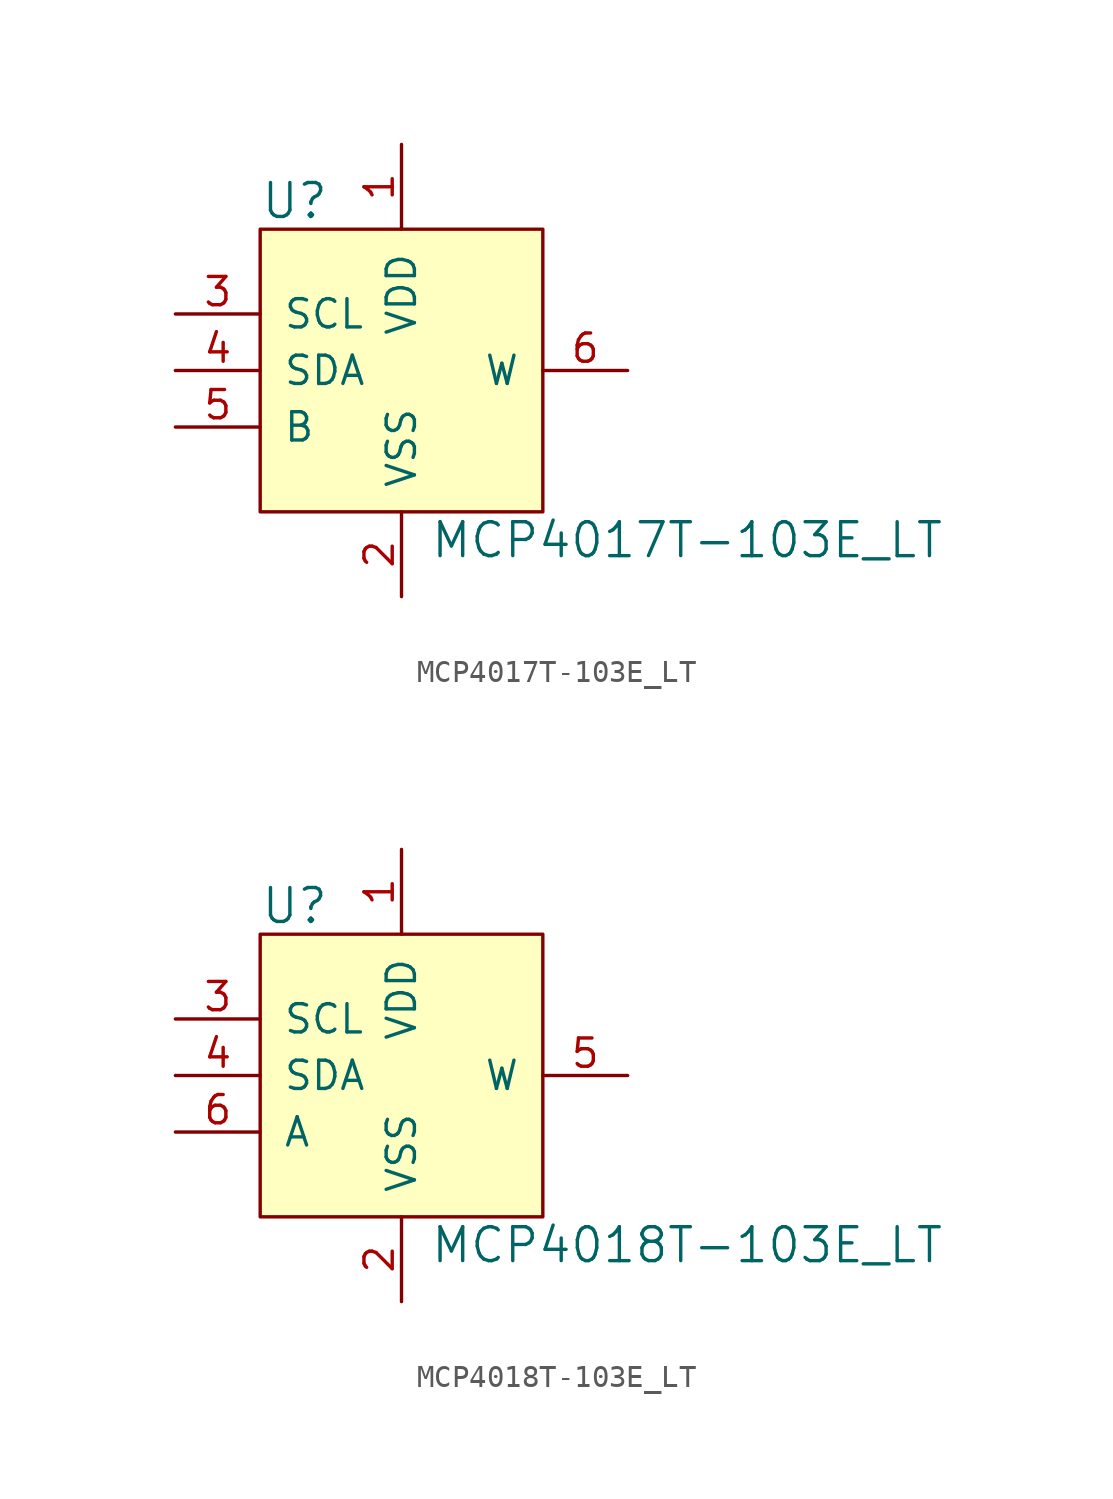
<source format=kicad_sym>
(kicad_symbol_lib
  (version 20211014)
  (generator kicad_symbol_editor)
  (symbol "MCP4017T-103E_LT"
    (pin_names
      (offset 1.016))
    (property "Reference" "U"
      (at -6.35 7.62 0)
      (effects (font (size 1.524 1.524)) (justify left)))
    (property "Value" "MCP4017T-103E_LT"
      (at 1.27 -7.62 0)
      (effects (font (size 1.524 1.524)) (justify left)))
    (symbol "MCP4017T-103E_LT_0_1"
      (rectangle (start -6.35 6.35) (end 6.35 -6.35) (stroke (width 0) (type default) (color 0 0 0 0)) (fill (type background))))
    (symbol "MCP4017T-103E_LT_1_1"
      (pin power_in line (at 0 10.16 270) (length 3.81) (name "VDD" (effects (font (size 1.27 1.27)))) (number "1" (effects (font (size 1.27 1.27)))))
      (pin power_in line (at 0 -10.16 90) (length 3.81) (name "VSS" (effects (font (size 1.27 1.27)))) (number "2" (effects (font (size 1.27 1.27)))))
      (pin input line (at -10.16 2.54 0) (length 3.81) (name "SCL" (effects (font (size 1.27 1.27)))) (number "3" (effects (font (size 1.27 1.27)))))
      (pin bidirectional line (at -10.16 0 0) (length 3.81) (name "SDA" (effects (font (size 1.27 1.27)))) (number "4" (effects (font (size 1.27 1.27)))))
      (pin input line (at -10.16 -2.54 0) (length 3.81) (name "B" (effects (font (size 1.27 1.27)))) (number "5" (effects (font (size 1.27 1.27)))))
      (pin output line (at 10.16 0 180) (length 3.81) (name "W" (effects (font (size 1.27 1.27)))) (number "6" (effects (font (size 1.27 1.27)))))))
  (symbol "MCP4018T-103E_LT"
    (pin_names
      (offset 1.016))
    (property "Reference" "U"
      (at -6.35 7.62 0)
      (effects (font (size 1.524 1.524)) (justify left)))
    (property "Value" "MCP4018T-103E_LT"
      (at 1.27 -7.62 0)
      (effects (font (size 1.524 1.524)) (justify left)))
    (symbol "MCP4018T-103E_LT_0_1"
      (rectangle (start -6.35 6.35) (end 6.35 -6.35) (stroke (width 0) (type default) (color 0 0 0 0)) (fill (type background))))
    (symbol "MCP4018T-103E_LT_1_1"
      (pin power_in line (at 0 10.16 270) (length 3.81) (name "VDD" (effects (font (size 1.27 1.27)))) (number "1" (effects (font (size 1.27 1.27)))))
      (pin power_in line (at 0 -10.16 90) (length 3.81) (name "VSS" (effects (font (size 1.27 1.27)))) (number "2" (effects (font (size 1.27 1.27)))))
      (pin input line (at -10.16 2.54 0) (length 3.81) (name "SCL" (effects (font (size 1.27 1.27)))) (number "3" (effects (font (size 1.27 1.27)))))
      (pin bidirectional line (at -10.16 0 0) (length 3.81) (name "SDA" (effects (font (size 1.27 1.27)))) (number "4" (effects (font (size 1.27 1.27)))))
      (pin output line (at 10.16 0 180) (length 3.81) (name "W" (effects (font (size 1.27 1.27)))) (number "5" (effects (font (size 1.27 1.27)))))
      (pin input line (at -10.16 -2.54 0) (length 3.81) (name "A" (effects (font (size 1.27 1.27)))) (number "6" (effects (font (size 1.27 1.27))))))))
</source>
